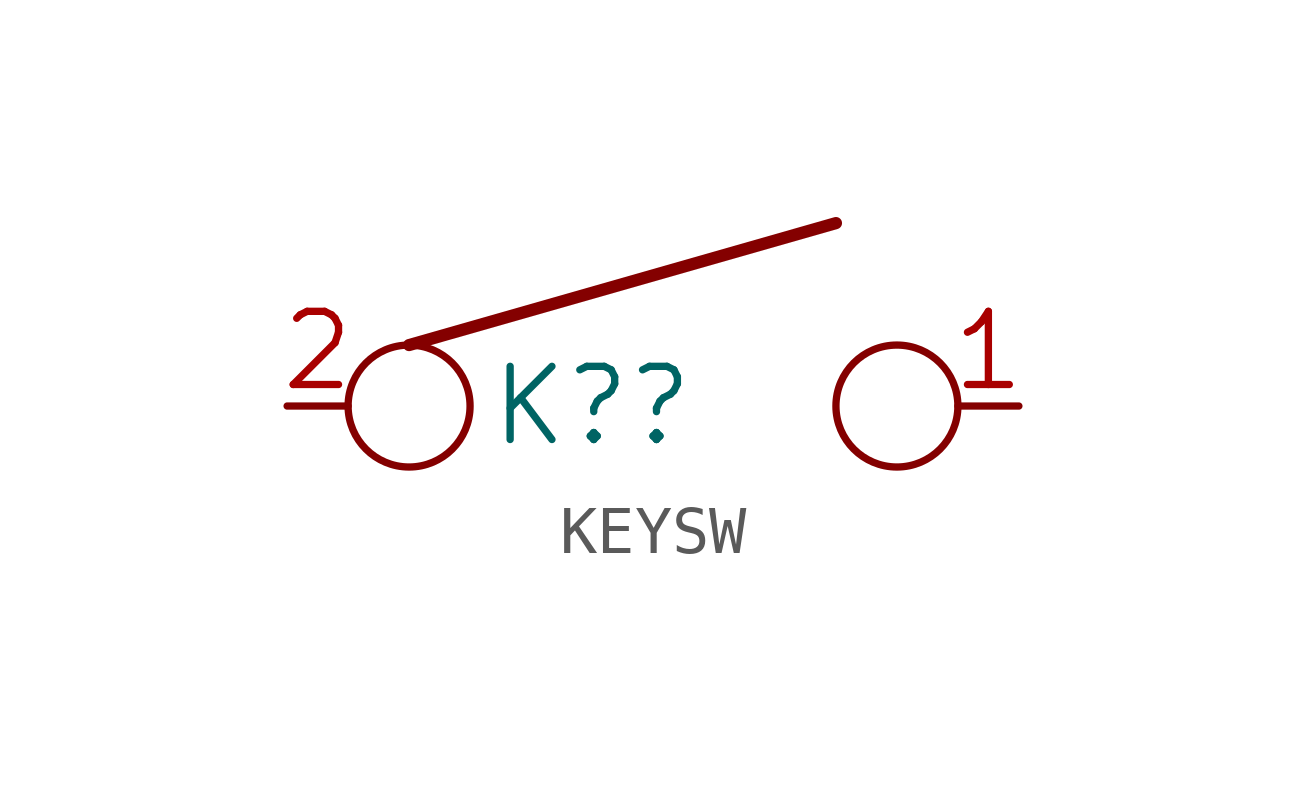
<source format=kicad_sym>
(kicad_symbol_lib
  (version 20211014)
  (generator kicad_symbol_editor)
  (symbol "KEYSW"
    (pin_names
      (offset 1.016))
    (property "Reference" "K?"
      (at -1.27 0 0)
      (effects (font (size 1.524 1.524))))
    (property "Footprint" ""
      (at 0 0 0)
      (effects (font (size 1.524 1.524))))
    (property "Datasheet" ""
      (at 0 0 0)
      (effects (font (size 1.524 1.524))))
    (symbol "KEYSW_0_1"
      (circle (center -5.08 0) (radius 1.27) (stroke (width 0) (type default) (color 0 0 0 0)) (fill (type none)))
      (polyline (pts (xy -5.08 1.27) (xy 3.81 3.81)) (stroke (width 0.254) (type default) (color 0 0 0 0)) (fill (type none)))
      (circle (center 5.08 0) (radius 1.27) (stroke (width 0) (type default) (color 0 0 0 0)) (fill (type none))))
    (symbol "KEYSW_1_1"
      (pin passive line (at 7.62 0 180) (length 1.27) (name "~" (effects (font (size 1.524 1.524)))) (number "1" (effects (font (size 1.524 1.524)))))
      (pin passive line (at -7.62 0 0) (length 1.27) (name "~" (effects (font (size 1.524 1.524)))) (number "2" (effects (font (size 1.524 1.524))))))))
</source>
